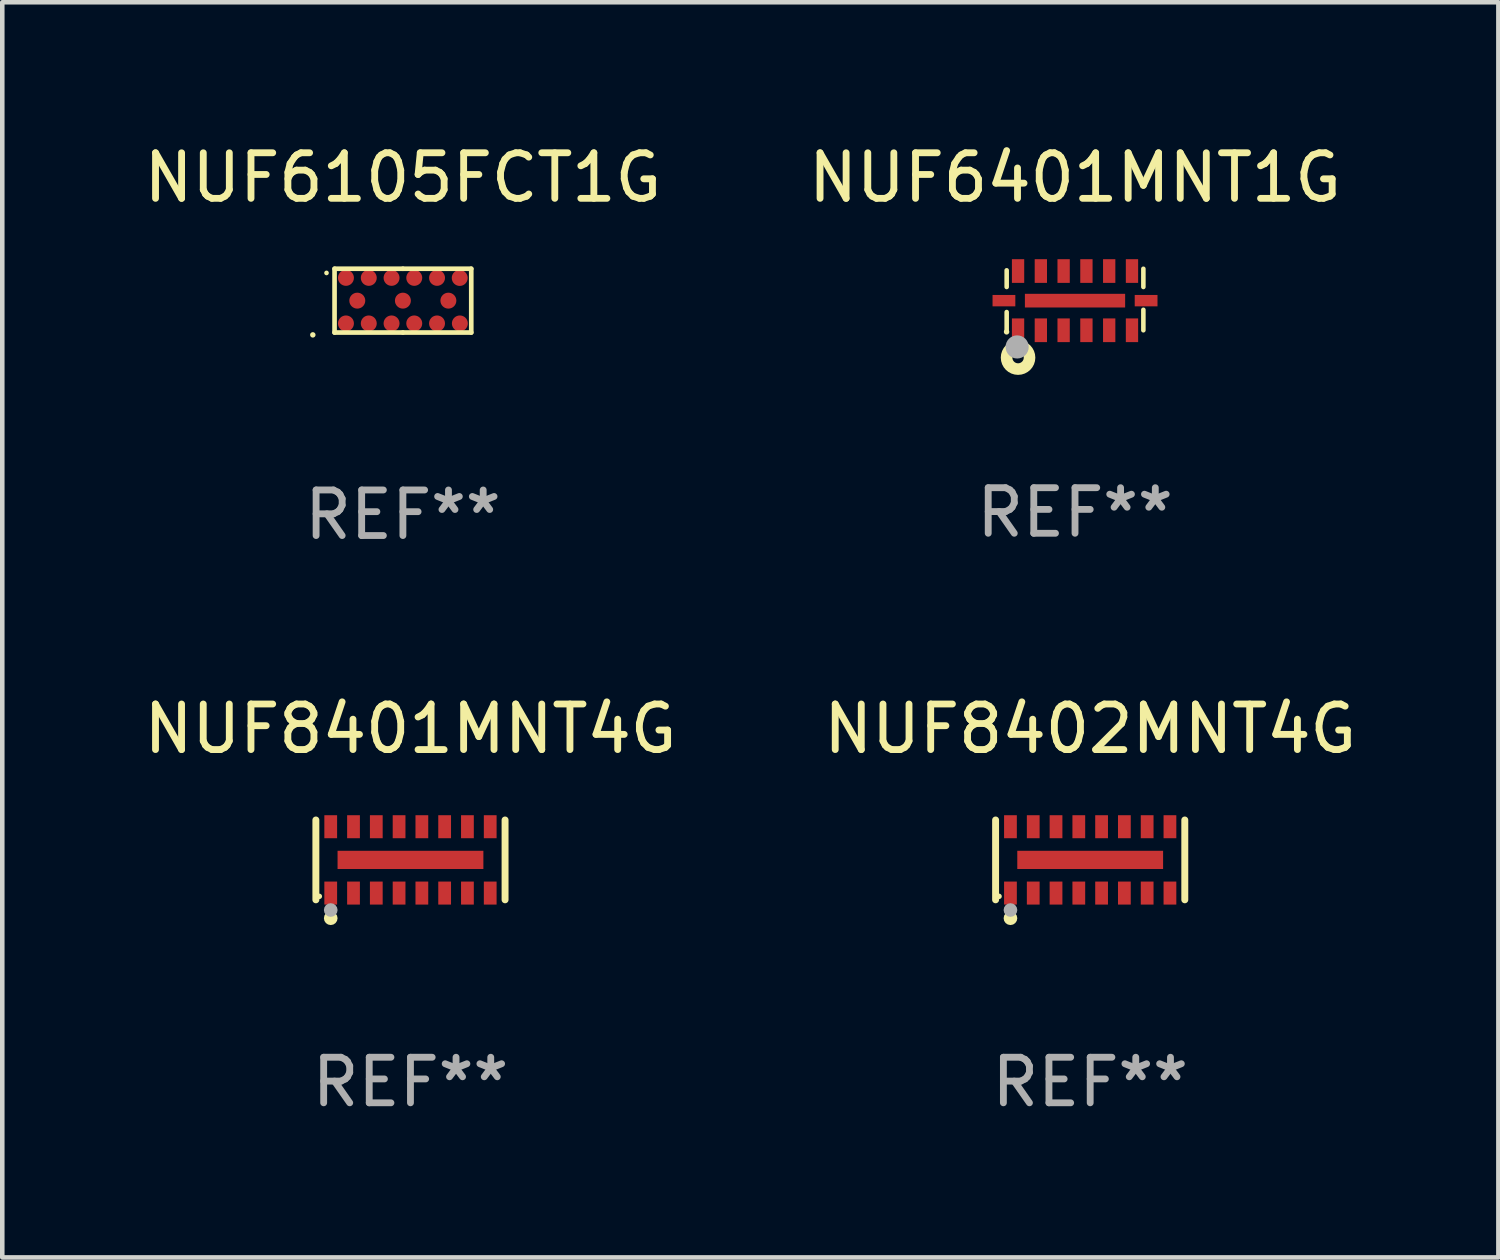
<source format=kicad_pcb>
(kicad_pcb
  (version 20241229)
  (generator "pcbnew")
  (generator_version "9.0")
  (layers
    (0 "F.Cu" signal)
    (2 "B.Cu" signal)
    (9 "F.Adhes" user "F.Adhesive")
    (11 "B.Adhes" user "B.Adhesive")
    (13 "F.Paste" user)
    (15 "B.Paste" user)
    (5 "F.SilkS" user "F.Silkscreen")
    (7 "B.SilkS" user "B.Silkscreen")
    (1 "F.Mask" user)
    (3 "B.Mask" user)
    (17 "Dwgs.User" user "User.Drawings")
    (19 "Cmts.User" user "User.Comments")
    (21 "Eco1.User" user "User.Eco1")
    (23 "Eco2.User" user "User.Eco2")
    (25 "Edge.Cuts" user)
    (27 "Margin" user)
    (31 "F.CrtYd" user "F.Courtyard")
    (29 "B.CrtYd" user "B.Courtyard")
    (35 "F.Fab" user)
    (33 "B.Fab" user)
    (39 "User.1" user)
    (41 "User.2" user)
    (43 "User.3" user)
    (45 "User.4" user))
  (footprint "NUF8401MNT4G"
    (layer "F.Cu")
    (at 5.958 15.821)
    (property "Reference" "NUF8401MNT4G" (at 0 -2.876 0) (layer "F.SilkS") (effects (font (size 1 1) (thickness 0.15))))
    (attr through_hole)
    (fp_line (start -2.076 0.876) (end -2.076 -0.876) (stroke (width 0.152) (type solid)) (layer "F.SilkS"))
    (fp_line (start 2.076 0.876) (end 2.076 -0.876) (stroke (width 0.152) (type solid)) (layer "F.SilkS"))
    (fp_circle (center -2 0.8) (end -1.97 0.8) (stroke (width 0.06) (type solid)) (fill no) (layer "F.SilkS"))
    (fp_circle (center -1.75 1.28) (end -1.675 1.28) (stroke (width 0.15) (type solid)) (fill no) (layer "F.SilkS"))
    (fp_circle (center -1.75 1.1) (end -1.675 1.1) (stroke (width 0.15) (type solid)) (fill no) (layer "F.Fab"))
    (fp_text user "REF**" (at 0 4.876 0) (layer "F.Fab") (effects (font (size 1 1) (thickness 0.15))))
    (pad "1" smd rect (at -1.75 0.728) (size 0.28 0.505) (layers "F.Cu" "F.Mask" "F.Paste"))
    (pad "2" smd rect (at -1.25 0.728) (size 0.28 0.505) (layers "F.Cu" "F.Mask" "F.Paste"))
    (pad "3" smd rect (at -0.75 0.728) (size 0.28 0.505) (layers "F.Cu" "F.Mask" "F.Paste"))
    (pad "4" smd rect (at -0.25 0.728) (size 0.28 0.505) (layers "F.Cu" "F.Mask" "F.Paste"))
    (pad "5" smd rect (at 0.25 0.728) (size 0.28 0.505) (layers "F.Cu" "F.Mask" "F.Paste"))
    (pad "6" smd rect (at 0.75 0.728) (size 0.28 0.505) (layers "F.Cu" "F.Mask" "F.Paste"))
    (pad "7" smd rect (at 1.25 0.728) (size 0.28 0.505) (layers "F.Cu" "F.Mask" "F.Paste"))
    (pad "8" smd rect (at 1.75 0.728) (size 0.28 0.505) (layers "F.Cu" "F.Mask" "F.Paste"))
    (pad "9" smd rect (at 1.75 -0.728) (size 0.28 0.505) (layers "F.Cu" "F.Mask" "F.Paste"))
    (pad "10" smd rect (at 1.25 -0.728) (size 0.28 0.505) (layers "F.Cu" "F.Mask" "F.Paste"))
    (pad "11" smd rect (at 0.75 -0.728) (size 0.28 0.505) (layers "F.Cu" "F.Mask" "F.Paste"))
    (pad "12" smd rect (at 0.25 -0.728) (size 0.28 0.505) (layers "F.Cu" "F.Mask" "F.Paste"))
    (pad "13" smd rect (at -0.25 -0.728) (size 0.28 0.505) (layers "F.Cu" "F.Mask" "F.Paste"))
    (pad "14" smd rect (at -0.75 -0.728) (size 0.28 0.505) (layers "F.Cu" "F.Mask" "F.Paste"))
    (pad "15" smd rect (at -1.25 -0.728) (size 0.28 0.505) (layers "F.Cu" "F.Mask" "F.Paste"))
    (pad "16" smd rect (at -1.75 -0.728) (size 0.28 0.505) (layers "F.Cu" "F.Mask" "F.Paste"))
    (pad "17" smd rect (at 0 0) (size 3.2 0.4) (layers "F.Cu" "F.Mask" "F.Paste")))
  (footprint "NUF6105FCT1G"
    (layer "F.Cu")
    (at 5.792 3.548)
    (property "Reference" "NUF6105FCT1G" (at 0 -2.7 0) (layer "F.SilkS") (effects (font (size 1 1) (thickness 0.15))))
    (attr through_hole)
    (fp_line (start -1.5 -0.7) (end -1.5 0.7) (stroke (width 0.102) (type solid)) (layer "F.SilkS"))
    (fp_line (start -0.000127 -0.7) (end -1.5 -0.7) (stroke (width 0.102) (type solid)) (layer "F.SilkS"))
    (fp_line (start -0.000127 -0.7) (end 1.5 -0.7) (stroke (width 0.102) (type solid)) (layer "F.SilkS"))
    (fp_line (start -0.000127 0.7) (end -1.5 0.7) (stroke (width 0.102) (type solid)) (layer "F.SilkS"))
    (fp_line (start -0.000127 0.7) (end 1.5 0.7) (stroke (width 0.102) (type solid)) (layer "F.SilkS"))
    (fp_line (start 1.5 -0.7) (end 1.5 0.7) (stroke (width 0.102) (type solid)) (layer "F.SilkS"))
    (fp_arc (start -1.67653 -0.607061) (mid -1.676536 -0.608331) (end -1.67653 -0.609601) (stroke (width 0.1) (type solid)) (layer "F.SilkS"))
    (fp_circle (center -1.977 0.751) (end -1.947 0.751) (stroke (width 0.06) (type solid)) (fill no) (layer "F.SilkS"))
    (fp_text user "REF**" (at 0 4.7 0) (layer "F.Fab") (effects (font (size 1 1) (thickness 0.15))))
    (pad "A1" smd circle (at -1.25 0.5) (size 0.35 0.35) (layers "F.Cu" "F.Mask" "F.Paste"))
    (pad "A2" smd circle (at -0.749 0.5) (size 0.35 0.35) (layers "F.Cu" "F.Mask" "F.Paste"))
    (pad "A3" smd circle (at -0.249 0.5) (size 0.35 0.35) (layers "F.Cu" "F.Mask" "F.Paste"))
    (pad "A4" smd circle (at 0.249 0.5) (size 0.35 0.35) (layers "F.Cu" "F.Mask" "F.Paste"))
    (pad "A5" smd circle (at 0.749 0.5) (size 0.35 0.35) (layers "F.Cu" "F.Mask" "F.Paste"))
    (pad "A6" smd circle (at 1.25 0.5) (size 0.35 0.35) (layers "F.Cu" "F.Mask" "F.Paste"))
    (pad "B1" smd circle (at -1.001 0) (size 0.35 0.35) (layers "F.Cu" "F.Mask" "F.Paste"))
    (pad "B2" smd circle (at -0.000127 0) (size 0.35 0.35) (layers "F.Cu" "F.Mask" "F.Paste"))
    (pad "B3" smd circle (at 0.998 0) (size 0.35 0.35) (layers "F.Cu" "F.Mask" "F.Paste"))
    (pad "C1" smd circle (at -1.25 -0.5) (size 0.35 0.35) (layers "F.Cu" "F.Mask" "F.Paste"))
    (pad "C2" smd circle (at -0.749 -0.5) (size 0.35 0.35) (layers "F.Cu" "F.Mask" "F.Paste"))
    (pad "C3" smd circle (at -0.249 -0.5) (size 0.35 0.35) (layers "F.Cu" "F.Mask" "F.Paste"))
    (pad "C4" smd circle (at 0.249 -0.5) (size 0.35 0.35) (layers "F.Cu" "F.Mask" "F.Paste"))
    (pad "C5" smd circle (at 0.749 -0.5) (size 0.35 0.35) (layers "F.Cu" "F.Mask" "F.Paste"))
    (pad "C6" smd circle (at 1.247 -0.498) (size 0.35 0.35) (layers "F.Cu" "F.Mask" "F.Paste")))
  (footprint "NUF6401MNT1G"
    (layer "F.Cu")
    (at 20.542 3.523)
    (property "Reference" "NUF6401MNT1G" (at 0 -2.675 0) (layer "F.SilkS") (effects (font (size 1 1) (thickness 0.15))))
    (attr through_hole)
    (fp_line (start -1.5 -0.641) (end -1.5 -0.275) (stroke (width 0.1) (type solid)) (layer "F.SilkS"))
    (fp_line (start -1.5 0.275) (end -1.5 0.675) (stroke (width 0.1) (type solid)) (layer "F.SilkS"))
    (fp_line (start 1.5 -0.675) (end 1.5 -0.275) (stroke (width 0.1) (type solid)) (layer "F.SilkS"))
    (fp_line (start 1.5 0.225) (end 1.5 0.675) (stroke (width 0.1) (type solid)) (layer "F.SilkS"))
    (fp_circle (center -1.502 0.71) (end -1.472 0.71) (stroke (width 0.06) (type solid)) (fill no) (layer "F.SilkS"))
    (fp_circle (center -1.25 1.275) (end -1.125 1.275) (stroke (width 0.254) (type solid)) (fill no) (layer "F.SilkS"))
    (fp_circle (center -1.27 1.041) (end -1.143 1.041) (stroke (width 0.254) (type solid)) (fill no) (layer "F.Fab"))
    (fp_text user "REF**" (at 0 4.675 0) (layer "F.Fab") (effects (font (size 1 1) (thickness 0.15))))
    (pad "1" smd rect (at -1.25 0.675) (size 0.27 0.52) (layers "F.Cu" "F.Mask" "F.Paste"))
    (pad "2" smd rect (at -0.75 0.675) (size 0.27 0.52) (layers "F.Cu" "F.Mask" "F.Paste"))
    (pad "3" smd rect (at -0.25 0.675) (size 0.27 0.52) (layers "F.Cu" "F.Mask" "F.Paste"))
    (pad "4" smd rect (at 0.25 0.675) (size 0.27 0.52) (layers "F.Cu" "F.Mask" "F.Paste"))
    (pad "5" smd rect (at 0.75 0.675) (size 0.27 0.52) (layers "F.Cu" "F.Mask" "F.Paste"))
    (pad "6" smd rect (at 1.25 0.675) (size 0.27 0.52) (layers "F.Cu" "F.Mask" "F.Paste"))
    (pad "7" smd rect (at 1.25 -0.625) (size 0.27 0.52) (layers "F.Cu" "F.Mask" "F.Paste"))
    (pad "8" smd rect (at 0.75 -0.625) (size 0.27 0.52) (layers "F.Cu" "F.Mask" "F.Paste"))
    (pad "9" smd rect (at 0.25 -0.625) (size 0.27 0.52) (layers "F.Cu" "F.Mask" "F.Paste"))
    (pad "10" smd rect (at -0.25 -0.625) (size 0.27 0.52) (layers "F.Cu" "F.Mask" "F.Paste"))
    (pad "11" smd rect (at -0.75 -0.625) (size 0.27 0.52) (layers "F.Cu" "F.Mask" "F.Paste"))
    (pad "12" smd rect (at -1.25 -0.625) (size 0.27 0.52) (layers "F.Cu" "F.Mask" "F.Paste"))
    (pad "13" smd rect (at -0.000127 0.025 270) (size 0.3 2.2) (layers "F.Cu" "F.Mask" "F.Paste"))
    (pad "14" smd rect (at -1.56 0.025) (size 0.5 0.25) (layers "F.Cu" "F.Mask" "F.Paste"))
    (pad "14" smd rect (at 1.56 0.025) (size 0.5 0.25) (layers "F.Cu" "F.Mask" "F.Paste")))
  (footprint "NUF8402MNT4G"
    (layer "F.Cu")
    (at 20.875 15.821)
    (property "Reference" "NUF8402MNT4G" (at 0 -2.876 0) (layer "F.SilkS") (effects (font (size 1 1) (thickness 0.15))))
    (attr through_hole)
    (fp_line (start -2.076 0.876) (end -2.076 -0.876) (stroke (width 0.152) (type solid)) (layer "F.SilkS"))
    (fp_line (start 2.076 0.876) (end 2.076 -0.876) (stroke (width 0.152) (type solid)) (layer "F.SilkS"))
    (fp_circle (center -2 0.8) (end -1.97 0.8) (stroke (width 0.06) (type solid)) (fill no) (layer "F.SilkS"))
    (fp_circle (center -1.75 1.28) (end -1.675 1.28) (stroke (width 0.15) (type solid)) (fill no) (layer "F.SilkS"))
    (fp_circle (center -1.75 1.1) (end -1.675 1.1) (stroke (width 0.15) (type solid)) (fill no) (layer "F.Fab"))
    (fp_text user "REF**" (at 0 4.876 0) (layer "F.Fab") (effects (font (size 1 1) (thickness 0.15))))
    (pad "1" smd rect (at -1.75 0.728) (size 0.28 0.505) (layers "F.Cu" "F.Mask" "F.Paste"))
    (pad "2" smd rect (at -1.25 0.728) (size 0.28 0.505) (layers "F.Cu" "F.Mask" "F.Paste"))
    (pad "3" smd rect (at -0.75 0.728) (size 0.28 0.505) (layers "F.Cu" "F.Mask" "F.Paste"))
    (pad "4" smd rect (at -0.25 0.728) (size 0.28 0.505) (layers "F.Cu" "F.Mask" "F.Paste"))
    (pad "5" smd rect (at 0.25 0.728) (size 0.28 0.505) (layers "F.Cu" "F.Mask" "F.Paste"))
    (pad "6" smd rect (at 0.75 0.728) (size 0.28 0.505) (layers "F.Cu" "F.Mask" "F.Paste"))
    (pad "7" smd rect (at 1.25 0.728) (size 0.28 0.505) (layers "F.Cu" "F.Mask" "F.Paste"))
    (pad "8" smd rect (at 1.75 0.728) (size 0.28 0.505) (layers "F.Cu" "F.Mask" "F.Paste"))
    (pad "9" smd rect (at 1.75 -0.728) (size 0.28 0.505) (layers "F.Cu" "F.Mask" "F.Paste"))
    (pad "10" smd rect (at 1.25 -0.728) (size 0.28 0.505) (layers "F.Cu" "F.Mask" "F.Paste"))
    (pad "11" smd rect (at 0.75 -0.728) (size 0.28 0.505) (layers "F.Cu" "F.Mask" "F.Paste"))
    (pad "12" smd rect (at 0.25 -0.728) (size 0.28 0.505) (layers "F.Cu" "F.Mask" "F.Paste"))
    (pad "13" smd rect (at -0.25 -0.728) (size 0.28 0.505) (layers "F.Cu" "F.Mask" "F.Paste"))
    (pad "14" smd rect (at -0.75 -0.728) (size 0.28 0.505) (layers "F.Cu" "F.Mask" "F.Paste"))
    (pad "15" smd rect (at -1.25 -0.728) (size 0.28 0.505) (layers "F.Cu" "F.Mask" "F.Paste"))
    (pad "16" smd rect (at -1.75 -0.728) (size 0.28 0.505) (layers "F.Cu" "F.Mask" "F.Paste"))
    (pad "17" smd rect (at 0 0) (size 3.2 0.4) (layers "F.Cu" "F.Mask" "F.Paste")))
  (gr_rect
    (start -3 -3)
    (end 29.833 24.545)
    (stroke (width 0.1) (type default))
    (fill no)
    (layer "Edge.Cuts")))
</source>
